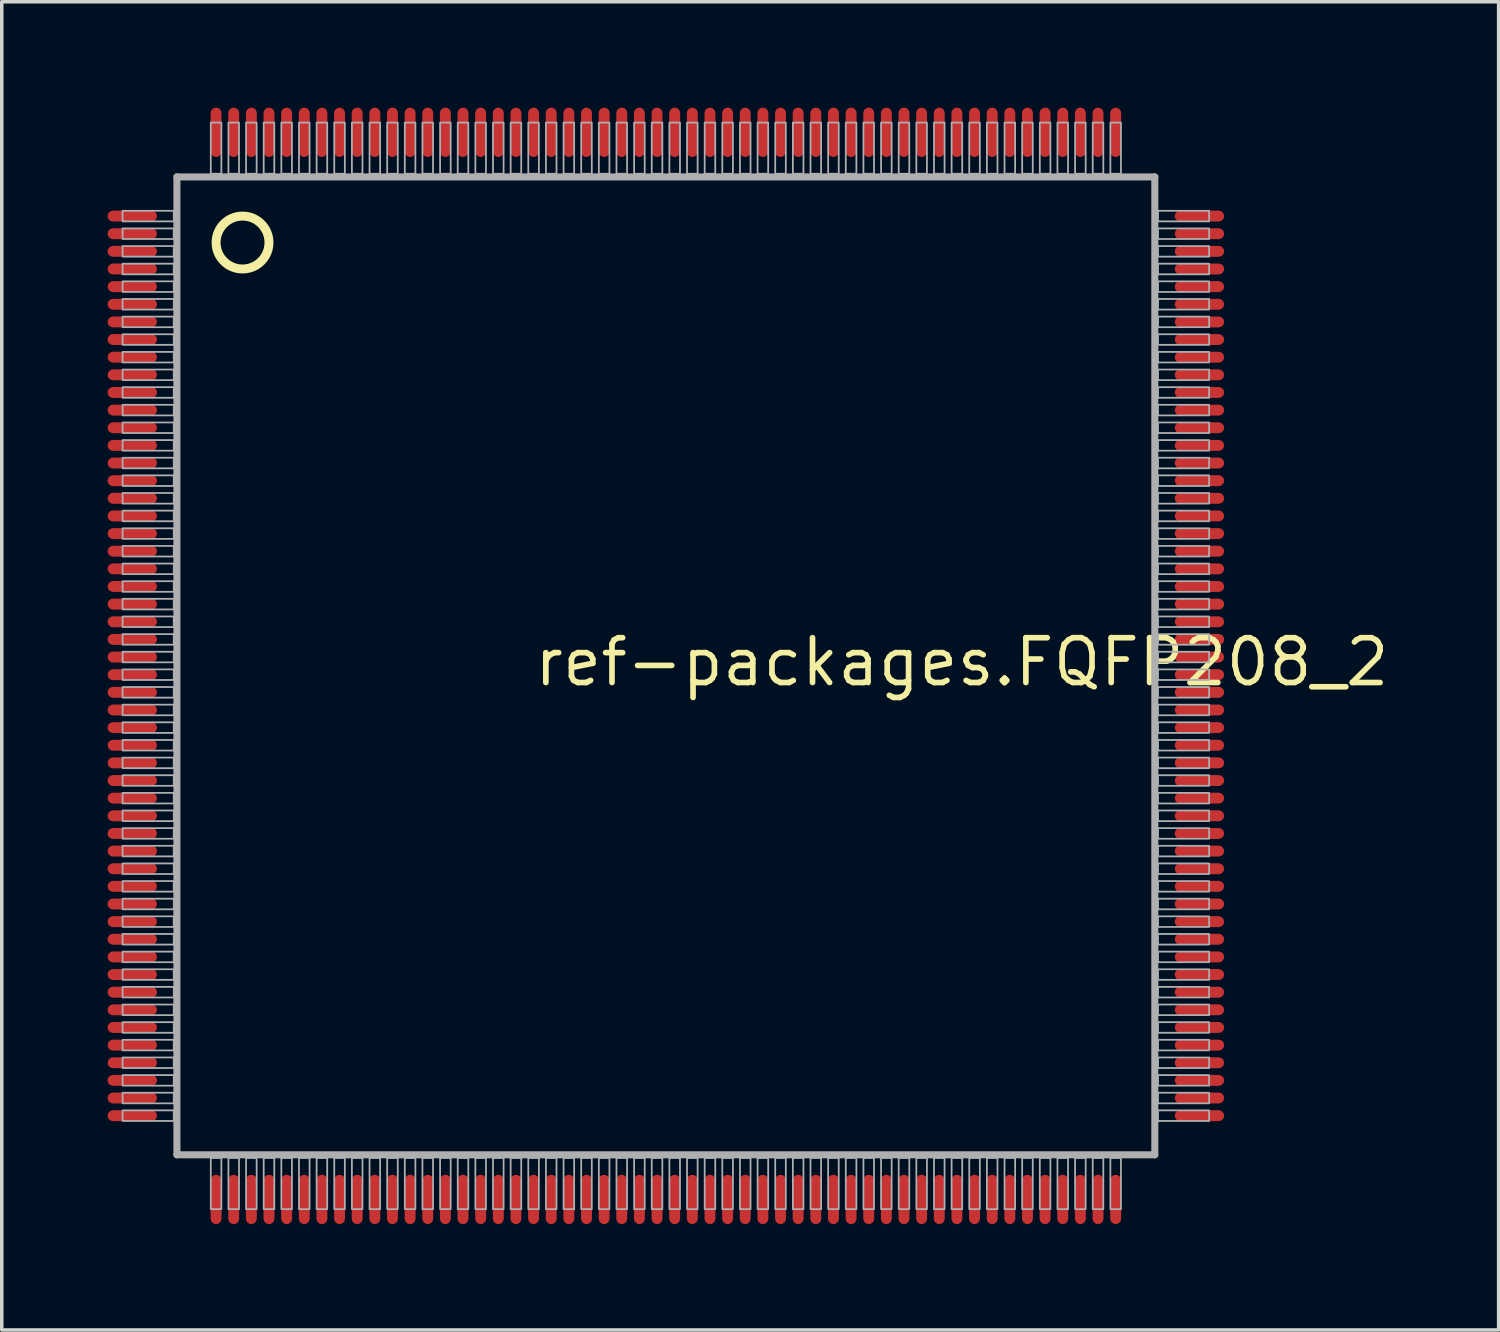
<source format=kicad_pcb>
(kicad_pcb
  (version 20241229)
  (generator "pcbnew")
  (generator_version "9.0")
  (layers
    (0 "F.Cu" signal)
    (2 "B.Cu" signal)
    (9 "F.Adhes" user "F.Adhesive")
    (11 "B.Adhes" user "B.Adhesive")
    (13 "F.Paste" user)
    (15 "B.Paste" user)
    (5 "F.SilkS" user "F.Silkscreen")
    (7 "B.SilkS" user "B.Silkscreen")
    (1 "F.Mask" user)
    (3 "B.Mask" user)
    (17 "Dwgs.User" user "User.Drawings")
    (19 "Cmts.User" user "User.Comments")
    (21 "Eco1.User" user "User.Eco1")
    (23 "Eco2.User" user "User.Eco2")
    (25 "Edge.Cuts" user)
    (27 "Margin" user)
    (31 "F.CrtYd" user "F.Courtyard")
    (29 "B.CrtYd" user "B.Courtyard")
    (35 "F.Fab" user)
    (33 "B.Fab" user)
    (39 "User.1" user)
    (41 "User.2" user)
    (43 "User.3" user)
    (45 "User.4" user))
  (footprint "ref-packages.FQFP208_2"
    (layer "F.Cu")
    (at 15.825 15.825)
    (property "Reference" "ref-packages.FQFP208_2" (at -3.81 0.635 0) (layer "F.SilkS") (effects (font (size 1.27 1.27) (thickness 0.16)) (justify left bottom)))
    (attr smd)
    (fp_circle (center -12 -12) (end -11.25 -12) (stroke (width 0.254) (type default)) (fill no) (layer "F.SilkS"))
    (fp_line (start -13.86 -13.86) (end -13.86 13.86) (stroke (width 0.2) (type default)) (layer "F.Fab"))
    (fp_line (start -13.86 13.86) (end 13.86 13.86) (stroke (width 0.2) (type default)) (layer "F.Fab"))
    (fp_line (start 13.86 -13.86) (end -13.86 -13.86) (stroke (width 0.2) (type default)) (layer "F.Fab"))
    (fp_line (start 13.86 13.86) (end 13.86 -13.86) (stroke (width 0.2) (type default)) (layer "F.Fab"))
    (fp_rect (start -15.4 -12.6) (end -13.95 -12.9) (stroke (width 0.05) (type default)) (fill no) (layer "F.Fab"))
    (fp_rect (start -15.4 -12.1) (end -13.95 -12.4) (stroke (width 0.05) (type default)) (fill no) (layer "F.Fab"))
    (fp_rect (start -15.4 -11.6) (end -13.95 -11.9) (stroke (width 0.05) (type default)) (fill no) (layer "F.Fab"))
    (fp_rect (start -15.4 -11.1) (end -13.95 -11.4) (stroke (width 0.05) (type default)) (fill no) (layer "F.Fab"))
    (fp_rect (start -15.4 -10.6) (end -13.95 -10.9) (stroke (width 0.05) (type default)) (fill no) (layer "F.Fab"))
    (fp_rect (start -15.4 -10.1) (end -13.95 -10.4) (stroke (width 0.05) (type default)) (fill no) (layer "F.Fab"))
    (fp_rect (start -15.4 -9.6) (end -13.95 -9.9) (stroke (width 0.05) (type default)) (fill no) (layer "F.Fab"))
    (fp_rect (start -15.4 -9.1) (end -13.95 -9.4) (stroke (width 0.05) (type default)) (fill no) (layer "F.Fab"))
    (fp_rect (start -15.4 -8.6) (end -13.95 -8.9) (stroke (width 0.05) (type default)) (fill no) (layer "F.Fab"))
    (fp_rect (start -15.4 -8.1) (end -13.95 -8.4) (stroke (width 0.05) (type default)) (fill no) (layer "F.Fab"))
    (fp_rect (start -15.4 -7.6) (end -13.95 -7.9) (stroke (width 0.05) (type default)) (fill no) (layer "F.Fab"))
    (fp_rect (start -15.4 -7.1) (end -13.95 -7.4) (stroke (width 0.05) (type default)) (fill no) (layer "F.Fab"))
    (fp_rect (start -15.4 -6.6) (end -13.95 -6.9) (stroke (width 0.05) (type default)) (fill no) (layer "F.Fab"))
    (fp_rect (start -15.4 -6.1) (end -13.95 -6.4) (stroke (width 0.05) (type default)) (fill no) (layer "F.Fab"))
    (fp_rect (start -15.4 -5.6) (end -13.95 -5.9) (stroke (width 0.05) (type default)) (fill no) (layer "F.Fab"))
    (fp_rect (start -15.4 -5.1) (end -13.95 -5.4) (stroke (width 0.05) (type default)) (fill no) (layer "F.Fab"))
    (fp_rect (start -15.4 -4.6) (end -13.95 -4.9) (stroke (width 0.05) (type default)) (fill no) (layer "F.Fab"))
    (fp_rect (start -15.4 -4.1) (end -13.95 -4.4) (stroke (width 0.05) (type default)) (fill no) (layer "F.Fab"))
    (fp_rect (start -15.4 -3.6) (end -13.95 -3.9) (stroke (width 0.05) (type default)) (fill no) (layer "F.Fab"))
    (fp_rect (start -15.4 -3.1) (end -13.95 -3.4) (stroke (width 0.05) (type default)) (fill no) (layer "F.Fab"))
    (fp_rect (start -15.4 -2.6) (end -13.95 -2.9) (stroke (width 0.05) (type default)) (fill no) (layer "F.Fab"))
    (fp_rect (start -15.4 -2.1) (end -13.95 -2.4) (stroke (width 0.05) (type default)) (fill no) (layer "F.Fab"))
    (fp_rect (start -15.4 -1.6) (end -13.95 -1.9) (stroke (width 0.05) (type default)) (fill no) (layer "F.Fab"))
    (fp_rect (start -15.4 -1.1) (end -13.95 -1.4) (stroke (width 0.05) (type default)) (fill no) (layer "F.Fab"))
    (fp_rect (start -15.4 -0.6) (end -13.95 -0.9) (stroke (width 0.05) (type default)) (fill no) (layer "F.Fab"))
    (fp_rect (start -15.4 -0.1) (end -13.95 -0.4) (stroke (width 0.05) (type default)) (fill no) (layer "F.Fab"))
    (fp_rect (start -15.4 0.4) (end -13.95 0.1) (stroke (width 0.05) (type default)) (fill no) (layer "F.Fab"))
    (fp_rect (start -15.4 0.9) (end -13.95 0.6) (stroke (width 0.05) (type default)) (fill no) (layer "F.Fab"))
    (fp_rect (start -15.4 1.4) (end -13.95 1.1) (stroke (width 0.05) (type default)) (fill no) (layer "F.Fab"))
    (fp_rect (start -15.4 1.9) (end -13.95 1.6) (stroke (width 0.05) (type default)) (fill no) (layer "F.Fab"))
    (fp_rect (start -15.4 2.4) (end -13.95 2.1) (stroke (width 0.05) (type default)) (fill no) (layer "F.Fab"))
    (fp_rect (start -15.4 2.9) (end -13.95 2.6) (stroke (width 0.05) (type default)) (fill no) (layer "F.Fab"))
    (fp_rect (start -15.4 3.4) (end -13.95 3.1) (stroke (width 0.05) (type default)) (fill no) (layer "F.Fab"))
    (fp_rect (start -15.4 3.9) (end -13.95 3.6) (stroke (width 0.05) (type default)) (fill no) (layer "F.Fab"))
    (fp_rect (start -15.4 4.4) (end -13.95 4.1) (stroke (width 0.05) (type default)) (fill no) (layer "F.Fab"))
    (fp_rect (start -15.4 4.9) (end -13.95 4.6) (stroke (width 0.05) (type default)) (fill no) (layer "F.Fab"))
    (fp_rect (start -15.4 5.4) (end -13.95 5.1) (stroke (width 0.05) (type default)) (fill no) (layer "F.Fab"))
    (fp_rect (start -15.4 5.9) (end -13.95 5.6) (stroke (width 0.05) (type default)) (fill no) (layer "F.Fab"))
    (fp_rect (start -15.4 6.4) (end -13.95 6.1) (stroke (width 0.05) (type default)) (fill no) (layer "F.Fab"))
    (fp_rect (start -15.4 6.9) (end -13.95 6.6) (stroke (width 0.05) (type default)) (fill no) (layer "F.Fab"))
    (fp_rect (start -15.4 7.4) (end -13.95 7.1) (stroke (width 0.05) (type default)) (fill no) (layer "F.Fab"))
    (fp_rect (start -15.4 7.9) (end -13.95 7.6) (stroke (width 0.05) (type default)) (fill no) (layer "F.Fab"))
    (fp_rect (start -15.4 8.4) (end -13.95 8.1) (stroke (width 0.05) (type default)) (fill no) (layer "F.Fab"))
    (fp_rect (start -15.4 8.9) (end -13.95 8.6) (stroke (width 0.05) (type default)) (fill no) (layer "F.Fab"))
    (fp_rect (start -15.4 9.4) (end -13.95 9.1) (stroke (width 0.05) (type default)) (fill no) (layer "F.Fab"))
    (fp_rect (start -15.4 9.9) (end -13.95 9.6) (stroke (width 0.05) (type default)) (fill no) (layer "F.Fab"))
    (fp_rect (start -15.4 10.4) (end -13.95 10.1) (stroke (width 0.05) (type default)) (fill no) (layer "F.Fab"))
    (fp_rect (start -15.4 10.9) (end -13.95 10.6) (stroke (width 0.05) (type default)) (fill no) (layer "F.Fab"))
    (fp_rect (start -15.4 11.4) (end -13.95 11.1) (stroke (width 0.05) (type default)) (fill no) (layer "F.Fab"))
    (fp_rect (start -15.4 11.9) (end -13.95 11.6) (stroke (width 0.05) (type default)) (fill no) (layer "F.Fab"))
    (fp_rect (start -15.4 12.4) (end -13.95 12.1) (stroke (width 0.05) (type default)) (fill no) (layer "F.Fab"))
    (fp_rect (start -15.4 12.9) (end -13.95 12.6) (stroke (width 0.05) (type default)) (fill no) (layer "F.Fab"))
    (fp_rect (start -12.9 -13.95) (end -12.6 -15.4) (stroke (width 0.05) (type default)) (fill no) (layer "F.Fab"))
    (fp_rect (start -12.9 15.4) (end -12.6 13.95) (stroke (width 0.05) (type default)) (fill no) (layer "F.Fab"))
    (fp_rect (start -12.4 -13.95) (end -12.1 -15.4) (stroke (width 0.05) (type default)) (fill no) (layer "F.Fab"))
    (fp_rect (start -12.4 15.4) (end -12.1 13.95) (stroke (width 0.05) (type default)) (fill no) (layer "F.Fab"))
    (fp_rect (start -11.9 -13.95) (end -11.6 -15.4) (stroke (width 0.05) (type default)) (fill no) (layer "F.Fab"))
    (fp_rect (start -11.9 15.4) (end -11.6 13.95) (stroke (width 0.05) (type default)) (fill no) (layer "F.Fab"))
    (fp_rect (start -11.4 -13.95) (end -11.1 -15.4) (stroke (width 0.05) (type default)) (fill no) (layer "F.Fab"))
    (fp_rect (start -11.4 15.4) (end -11.1 13.95) (stroke (width 0.05) (type default)) (fill no) (layer "F.Fab"))
    (fp_rect (start -10.9 -13.95) (end -10.6 -15.4) (stroke (width 0.05) (type default)) (fill no) (layer "F.Fab"))
    (fp_rect (start -10.9 15.4) (end -10.6 13.95) (stroke (width 0.05) (type default)) (fill no) (layer "F.Fab"))
    (fp_rect (start -10.4 -13.95) (end -10.1 -15.4) (stroke (width 0.05) (type default)) (fill no) (layer "F.Fab"))
    (fp_rect (start -10.4 15.4) (end -10.1 13.95) (stroke (width 0.05) (type default)) (fill no) (layer "F.Fab"))
    (fp_rect (start -9.9 -13.95) (end -9.6 -15.4) (stroke (width 0.05) (type default)) (fill no) (layer "F.Fab"))
    (fp_rect (start -9.9 15.4) (end -9.6 13.95) (stroke (width 0.05) (type default)) (fill no) (layer "F.Fab"))
    (fp_rect (start -9.4 -13.95) (end -9.1 -15.4) (stroke (width 0.05) (type default)) (fill no) (layer "F.Fab"))
    (fp_rect (start -9.4 15.4) (end -9.1 13.95) (stroke (width 0.05) (type default)) (fill no) (layer "F.Fab"))
    (fp_rect (start -8.9 -13.95) (end -8.6 -15.4) (stroke (width 0.05) (type default)) (fill no) (layer "F.Fab"))
    (fp_rect (start -8.9 15.4) (end -8.6 13.95) (stroke (width 0.05) (type default)) (fill no) (layer "F.Fab"))
    (fp_rect (start -8.4 -13.95) (end -8.1 -15.4) (stroke (width 0.05) (type default)) (fill no) (layer "F.Fab"))
    (fp_rect (start -8.4 15.4) (end -8.1 13.95) (stroke (width 0.05) (type default)) (fill no) (layer "F.Fab"))
    (fp_rect (start -7.9 -13.95) (end -7.6 -15.4) (stroke (width 0.05) (type default)) (fill no) (layer "F.Fab"))
    (fp_rect (start -7.9 15.4) (end -7.6 13.95) (stroke (width 0.05) (type default)) (fill no) (layer "F.Fab"))
    (fp_rect (start -7.4 -13.95) (end -7.1 -15.4) (stroke (width 0.05) (type default)) (fill no) (layer "F.Fab"))
    (fp_rect (start -7.4 15.4) (end -7.1 13.95) (stroke (width 0.05) (type default)) (fill no) (layer "F.Fab"))
    (fp_rect (start -6.9 -13.95) (end -6.6 -15.4) (stroke (width 0.05) (type default)) (fill no) (layer "F.Fab"))
    (fp_rect (start -6.9 15.4) (end -6.6 13.95) (stroke (width 0.05) (type default)) (fill no) (layer "F.Fab"))
    (fp_rect (start -6.4 -13.95) (end -6.1 -15.4) (stroke (width 0.05) (type default)) (fill no) (layer "F.Fab"))
    (fp_rect (start -6.4 15.4) (end -6.1 13.95) (stroke (width 0.05) (type default)) (fill no) (layer "F.Fab"))
    (fp_rect (start -5.9 -13.95) (end -5.6 -15.4) (stroke (width 0.05) (type default)) (fill no) (layer "F.Fab"))
    (fp_rect (start -5.9 15.4) (end -5.6 13.95) (stroke (width 0.05) (type default)) (fill no) (layer "F.Fab"))
    (fp_rect (start -5.4 -13.95) (end -5.1 -15.4) (stroke (width 0.05) (type default)) (fill no) (layer "F.Fab"))
    (fp_rect (start -5.4 15.4) (end -5.1 13.95) (stroke (width 0.05) (type default)) (fill no) (layer "F.Fab"))
    (fp_rect (start -4.9 -13.95) (end -4.6 -15.4) (stroke (width 0.05) (type default)) (fill no) (layer "F.Fab"))
    (fp_rect (start -4.9 15.4) (end -4.6 13.95) (stroke (width 0.05) (type default)) (fill no) (layer "F.Fab"))
    (fp_rect (start -4.4 -13.95) (end -4.1 -15.4) (stroke (width 0.05) (type default)) (fill no) (layer "F.Fab"))
    (fp_rect (start -4.4 15.4) (end -4.1 13.95) (stroke (width 0.05) (type default)) (fill no) (layer "F.Fab"))
    (fp_rect (start -3.9 -13.95) (end -3.6 -15.4) (stroke (width 0.05) (type default)) (fill no) (layer "F.Fab"))
    (fp_rect (start -3.9 15.4) (end -3.6 13.95) (stroke (width 0.05) (type default)) (fill no) (layer "F.Fab"))
    (fp_rect (start -3.4 -13.95) (end -3.1 -15.4) (stroke (width 0.05) (type default)) (fill no) (layer "F.Fab"))
    (fp_rect (start -3.4 15.4) (end -3.1 13.95) (stroke (width 0.05) (type default)) (fill no) (layer "F.Fab"))
    (fp_rect (start -2.9 -13.95) (end -2.6 -15.4) (stroke (width 0.05) (type default)) (fill no) (layer "F.Fab"))
    (fp_rect (start -2.9 15.4) (end -2.6 13.95) (stroke (width 0.05) (type default)) (fill no) (layer "F.Fab"))
    (fp_rect (start -2.4 -13.95) (end -2.1 -15.4) (stroke (width 0.05) (type default)) (fill no) (layer "F.Fab"))
    (fp_rect (start -2.4 15.4) (end -2.1 13.95) (stroke (width 0.05) (type default)) (fill no) (layer "F.Fab"))
    (fp_rect (start -1.9 -13.95) (end -1.6 -15.4) (stroke (width 0.05) (type default)) (fill no) (layer "F.Fab"))
    (fp_rect (start -1.9 15.4) (end -1.6 13.95) (stroke (width 0.05) (type default)) (fill no) (layer "F.Fab"))
    (fp_rect (start -1.4 -13.95) (end -1.1 -15.4) (stroke (width 0.05) (type default)) (fill no) (layer "F.Fab"))
    (fp_rect (start -1.4 15.4) (end -1.1 13.95) (stroke (width 0.05) (type default)) (fill no) (layer "F.Fab"))
    (fp_rect (start -0.9 -13.95) (end -0.6 -15.4) (stroke (width 0.05) (type default)) (fill no) (layer "F.Fab"))
    (fp_rect (start -0.9 15.4) (end -0.6 13.95) (stroke (width 0.05) (type default)) (fill no) (layer "F.Fab"))
    (fp_rect (start -0.4 -13.95) (end -0.1 -15.4) (stroke (width 0.05) (type default)) (fill no) (layer "F.Fab"))
    (fp_rect (start -0.4 15.4) (end -0.1 13.95) (stroke (width 0.05) (type default)) (fill no) (layer "F.Fab"))
    (fp_rect (start 0.1 -13.95) (end 0.4 -15.4) (stroke (width 0.05) (type default)) (fill no) (layer "F.Fab"))
    (fp_rect (start 0.1 15.4) (end 0.4 13.95) (stroke (width 0.05) (type default)) (fill no) (layer "F.Fab"))
    (fp_rect (start 0.6 -13.95) (end 0.9 -15.4) (stroke (width 0.05) (type default)) (fill no) (layer "F.Fab"))
    (fp_rect (start 0.6 15.4) (end 0.9 13.95) (stroke (width 0.05) (type default)) (fill no) (layer "F.Fab"))
    (fp_rect (start 1.1 -13.95) (end 1.4 -15.4) (stroke (width 0.05) (type default)) (fill no) (layer "F.Fab"))
    (fp_rect (start 1.1 15.4) (end 1.4 13.95) (stroke (width 0.05) (type default)) (fill no) (layer "F.Fab"))
    (fp_rect (start 1.6 -13.95) (end 1.9 -15.4) (stroke (width 0.05) (type default)) (fill no) (layer "F.Fab"))
    (fp_rect (start 1.6 15.4) (end 1.9 13.95) (stroke (width 0.05) (type default)) (fill no) (layer "F.Fab"))
    (fp_rect (start 2.1 -13.95) (end 2.4 -15.4) (stroke (width 0.05) (type default)) (fill no) (layer "F.Fab"))
    (fp_rect (start 2.1 15.4) (end 2.4 13.95) (stroke (width 0.05) (type default)) (fill no) (layer "F.Fab"))
    (fp_rect (start 2.6 -13.95) (end 2.9 -15.4) (stroke (width 0.05) (type default)) (fill no) (layer "F.Fab"))
    (fp_rect (start 2.6 15.4) (end 2.9 13.95) (stroke (width 0.05) (type default)) (fill no) (layer "F.Fab"))
    (fp_rect (start 3.1 -13.95) (end 3.4 -15.4) (stroke (width 0.05) (type default)) (fill no) (layer "F.Fab"))
    (fp_rect (start 3.1 15.4) (end 3.4 13.95) (stroke (width 0.05) (type default)) (fill no) (layer "F.Fab"))
    (fp_rect (start 3.6 -13.95) (end 3.9 -15.4) (stroke (width 0.05) (type default)) (fill no) (layer "F.Fab"))
    (fp_rect (start 3.6 15.4) (end 3.9 13.95) (stroke (width 0.05) (type default)) (fill no) (layer "F.Fab"))
    (fp_rect (start 4.1 -13.95) (end 4.4 -15.4) (stroke (width 0.05) (type default)) (fill no) (layer "F.Fab"))
    (fp_rect (start 4.1 15.4) (end 4.4 13.95) (stroke (width 0.05) (type default)) (fill no) (layer "F.Fab"))
    (fp_rect (start 4.6 -13.95) (end 4.9 -15.4) (stroke (width 0.05) (type default)) (fill no) (layer "F.Fab"))
    (fp_rect (start 4.6 15.4) (end 4.9 13.95) (stroke (width 0.05) (type default)) (fill no) (layer "F.Fab"))
    (fp_rect (start 5.1 -13.95) (end 5.4 -15.4) (stroke (width 0.05) (type default)) (fill no) (layer "F.Fab"))
    (fp_rect (start 5.1 15.4) (end 5.4 13.95) (stroke (width 0.05) (type default)) (fill no) (layer "F.Fab"))
    (fp_rect (start 5.6 -13.95) (end 5.9 -15.4) (stroke (width 0.05) (type default)) (fill no) (layer "F.Fab"))
    (fp_rect (start 5.6 15.4) (end 5.9 13.95) (stroke (width 0.05) (type default)) (fill no) (layer "F.Fab"))
    (fp_rect (start 6.1 -13.95) (end 6.4 -15.4) (stroke (width 0.05) (type default)) (fill no) (layer "F.Fab"))
    (fp_rect (start 6.1 15.4) (end 6.4 13.95) (stroke (width 0.05) (type default)) (fill no) (layer "F.Fab"))
    (fp_rect (start 6.6 -13.95) (end 6.9 -15.4) (stroke (width 0.05) (type default)) (fill no) (layer "F.Fab"))
    (fp_rect (start 6.6 15.4) (end 6.9 13.95) (stroke (width 0.05) (type default)) (fill no) (layer "F.Fab"))
    (fp_rect (start 7.1 -13.95) (end 7.4 -15.4) (stroke (width 0.05) (type default)) (fill no) (layer "F.Fab"))
    (fp_rect (start 7.1 15.4) (end 7.4 13.95) (stroke (width 0.05) (type default)) (fill no) (layer "F.Fab"))
    (fp_rect (start 7.6 -13.95) (end 7.9 -15.4) (stroke (width 0.05) (type default)) (fill no) (layer "F.Fab"))
    (fp_rect (start 7.6 15.4) (end 7.9 13.95) (stroke (width 0.05) (type default)) (fill no) (layer "F.Fab"))
    (fp_rect (start 8.1 -13.95) (end 8.4 -15.4) (stroke (width 0.05) (type default)) (fill no) (layer "F.Fab"))
    (fp_rect (start 8.1 15.4) (end 8.4 13.95) (stroke (width 0.05) (type default)) (fill no) (layer "F.Fab"))
    (fp_rect (start 8.6 -13.95) (end 8.9 -15.4) (stroke (width 0.05) (type default)) (fill no) (layer "F.Fab"))
    (fp_rect (start 8.6 15.4) (end 8.9 13.95) (stroke (width 0.05) (type default)) (fill no) (layer "F.Fab"))
    (fp_rect (start 9.1 -13.95) (end 9.4 -15.4) (stroke (width 0.05) (type default)) (fill no) (layer "F.Fab"))
    (fp_rect (start 9.1 15.4) (end 9.4 13.95) (stroke (width 0.05) (type default)) (fill no) (layer "F.Fab"))
    (fp_rect (start 9.6 -13.95) (end 9.9 -15.4) (stroke (width 0.05) (type default)) (fill no) (layer "F.Fab"))
    (fp_rect (start 9.6 15.4) (end 9.9 13.95) (stroke (width 0.05) (type default)) (fill no) (layer "F.Fab"))
    (fp_rect (start 10.1 -13.95) (end 10.4 -15.4) (stroke (width 0.05) (type default)) (fill no) (layer "F.Fab"))
    (fp_rect (start 10.1 15.4) (end 10.4 13.95) (stroke (width 0.05) (type default)) (fill no) (layer "F.Fab"))
    (fp_rect (start 10.6 -13.95) (end 10.9 -15.4) (stroke (width 0.05) (type default)) (fill no) (layer "F.Fab"))
    (fp_rect (start 10.6 15.4) (end 10.9 13.95) (stroke (width 0.05) (type default)) (fill no) (layer "F.Fab"))
    (fp_rect (start 11.1 -13.95) (end 11.4 -15.4) (stroke (width 0.05) (type default)) (fill no) (layer "F.Fab"))
    (fp_rect (start 11.1 15.4) (end 11.4 13.95) (stroke (width 0.05) (type default)) (fill no) (layer "F.Fab"))
    (fp_rect (start 11.6 -13.95) (end 11.9 -15.4) (stroke (width 0.05) (type default)) (fill no) (layer "F.Fab"))
    (fp_rect (start 11.6 15.4) (end 11.9 13.95) (stroke (width 0.05) (type default)) (fill no) (layer "F.Fab"))
    (fp_rect (start 12.1 -13.95) (end 12.4 -15.4) (stroke (width 0.05) (type default)) (fill no) (layer "F.Fab"))
    (fp_rect (start 12.1 15.4) (end 12.4 13.95) (stroke (width 0.05) (type default)) (fill no) (layer "F.Fab"))
    (fp_rect (start 12.6 -13.95) (end 12.9 -15.4) (stroke (width 0.05) (type default)) (fill no) (layer "F.Fab"))
    (fp_rect (start 12.6 15.4) (end 12.9 13.95) (stroke (width 0.05) (type default)) (fill no) (layer "F.Fab"))
    (fp_rect (start 13.95 -12.6) (end 15.4 -12.9) (stroke (width 0.05) (type default)) (fill no) (layer "F.Fab"))
    (fp_rect (start 13.95 -12.1) (end 15.4 -12.4) (stroke (width 0.05) (type default)) (fill no) (layer "F.Fab"))
    (fp_rect (start 13.95 -11.6) (end 15.4 -11.9) (stroke (width 0.05) (type default)) (fill no) (layer "F.Fab"))
    (fp_rect (start 13.95 -11.1) (end 15.4 -11.4) (stroke (width 0.05) (type default)) (fill no) (layer "F.Fab"))
    (fp_rect (start 13.95 -10.6) (end 15.4 -10.9) (stroke (width 0.05) (type default)) (fill no) (layer "F.Fab"))
    (fp_rect (start 13.95 -10.1) (end 15.4 -10.4) (stroke (width 0.05) (type default)) (fill no) (layer "F.Fab"))
    (fp_rect (start 13.95 -9.6) (end 15.4 -9.9) (stroke (width 0.05) (type default)) (fill no) (layer "F.Fab"))
    (fp_rect (start 13.95 -9.1) (end 15.4 -9.4) (stroke (width 0.05) (type default)) (fill no) (layer "F.Fab"))
    (fp_rect (start 13.95 -8.6) (end 15.4 -8.9) (stroke (width 0.05) (type default)) (fill no) (layer "F.Fab"))
    (fp_rect (start 13.95 -8.1) (end 15.4 -8.4) (stroke (width 0.05) (type default)) (fill no) (layer "F.Fab"))
    (fp_rect (start 13.95 -7.6) (end 15.4 -7.9) (stroke (width 0.05) (type default)) (fill no) (layer "F.Fab"))
    (fp_rect (start 13.95 -7.1) (end 15.4 -7.4) (stroke (width 0.05) (type default)) (fill no) (layer "F.Fab"))
    (fp_rect (start 13.95 -6.6) (end 15.4 -6.9) (stroke (width 0.05) (type default)) (fill no) (layer "F.Fab"))
    (fp_rect (start 13.95 -6.1) (end 15.4 -6.4) (stroke (width 0.05) (type default)) (fill no) (layer "F.Fab"))
    (fp_rect (start 13.95 -5.6) (end 15.4 -5.9) (stroke (width 0.05) (type default)) (fill no) (layer "F.Fab"))
    (fp_rect (start 13.95 -5.1) (end 15.4 -5.4) (stroke (width 0.05) (type default)) (fill no) (layer "F.Fab"))
    (fp_rect (start 13.95 -4.6) (end 15.4 -4.9) (stroke (width 0.05) (type default)) (fill no) (layer "F.Fab"))
    (fp_rect (start 13.95 -4.1) (end 15.4 -4.4) (stroke (width 0.05) (type default)) (fill no) (layer "F.Fab"))
    (fp_rect (start 13.95 -3.6) (end 15.4 -3.9) (stroke (width 0.05) (type default)) (fill no) (layer "F.Fab"))
    (fp_rect (start 13.95 -3.1) (end 15.4 -3.4) (stroke (width 0.05) (type default)) (fill no) (layer "F.Fab"))
    (fp_rect (start 13.95 -2.6) (end 15.4 -2.9) (stroke (width 0.05) (type default)) (fill no) (layer "F.Fab"))
    (fp_rect (start 13.95 -2.1) (end 15.4 -2.4) (stroke (width 0.05) (type default)) (fill no) (layer "F.Fab"))
    (fp_rect (start 13.95 -1.6) (end 15.4 -1.9) (stroke (width 0.05) (type default)) (fill no) (layer "F.Fab"))
    (fp_rect (start 13.95 -1.1) (end 15.4 -1.4) (stroke (width 0.05) (type default)) (fill no) (layer "F.Fab"))
    (fp_rect (start 13.95 -0.6) (end 15.4 -0.9) (stroke (width 0.05) (type default)) (fill no) (layer "F.Fab"))
    (fp_rect (start 13.95 -0.1) (end 15.4 -0.4) (stroke (width 0.05) (type default)) (fill no) (layer "F.Fab"))
    (fp_rect (start 13.95 0.4) (end 15.4 0.1) (stroke (width 0.05) (type default)) (fill no) (layer "F.Fab"))
    (fp_rect (start 13.95 0.9) (end 15.4 0.6) (stroke (width 0.05) (type default)) (fill no) (layer "F.Fab"))
    (fp_rect (start 13.95 1.4) (end 15.4 1.1) (stroke (width 0.05) (type default)) (fill no) (layer "F.Fab"))
    (fp_rect (start 13.95 1.9) (end 15.4 1.6) (stroke (width 0.05) (type default)) (fill no) (layer "F.Fab"))
    (fp_rect (start 13.95 2.4) (end 15.4 2.1) (stroke (width 0.05) (type default)) (fill no) (layer "F.Fab"))
    (fp_rect (start 13.95 2.9) (end 15.4 2.6) (stroke (width 0.05) (type default)) (fill no) (layer "F.Fab"))
    (fp_rect (start 13.95 3.4) (end 15.4 3.1) (stroke (width 0.05) (type default)) (fill no) (layer "F.Fab"))
    (fp_rect (start 13.95 3.9) (end 15.4 3.6) (stroke (width 0.05) (type default)) (fill no) (layer "F.Fab"))
    (fp_rect (start 13.95 4.4) (end 15.4 4.1) (stroke (width 0.05) (type default)) (fill no) (layer "F.Fab"))
    (fp_rect (start 13.95 4.9) (end 15.4 4.6) (stroke (width 0.05) (type default)) (fill no) (layer "F.Fab"))
    (fp_rect (start 13.95 5.4) (end 15.4 5.1) (stroke (width 0.05) (type default)) (fill no) (layer "F.Fab"))
    (fp_rect (start 13.95 5.9) (end 15.4 5.6) (stroke (width 0.05) (type default)) (fill no) (layer "F.Fab"))
    (fp_rect (start 13.95 6.4) (end 15.4 6.1) (stroke (width 0.05) (type default)) (fill no) (layer "F.Fab"))
    (fp_rect (start 13.95 6.9) (end 15.4 6.6) (stroke (width 0.05) (type default)) (fill no) (layer "F.Fab"))
    (fp_rect (start 13.95 7.4) (end 15.4 7.1) (stroke (width 0.05) (type default)) (fill no) (layer "F.Fab"))
    (fp_rect (start 13.95 7.9) (end 15.4 7.6) (stroke (width 0.05) (type default)) (fill no) (layer "F.Fab"))
    (fp_rect (start 13.95 8.4) (end 15.4 8.1) (stroke (width 0.05) (type default)) (fill no) (layer "F.Fab"))
    (fp_rect (start 13.95 8.9) (end 15.4 8.6) (stroke (width 0.05) (type default)) (fill no) (layer "F.Fab"))
    (fp_rect (start 13.95 9.4) (end 15.4 9.1) (stroke (width 0.05) (type default)) (fill no) (layer "F.Fab"))
    (fp_rect (start 13.95 9.9) (end 15.4 9.6) (stroke (width 0.05) (type default)) (fill no) (layer "F.Fab"))
    (fp_rect (start 13.95 10.4) (end 15.4 10.1) (stroke (width 0.05) (type default)) (fill no) (layer "F.Fab"))
    (fp_rect (start 13.95 10.9) (end 15.4 10.6) (stroke (width 0.05) (type default)) (fill no) (layer "F.Fab"))
    (fp_rect (start 13.95 11.4) (end 15.4 11.1) (stroke (width 0.05) (type default)) (fill no) (layer "F.Fab"))
    (fp_rect (start 13.95 11.9) (end 15.4 11.6) (stroke (width 0.05) (type default)) (fill no) (layer "F.Fab"))
    (fp_rect (start 13.95 12.4) (end 15.4 12.1) (stroke (width 0.05) (type default)) (fill no) (layer "F.Fab"))
    (fp_rect (start 13.95 12.9) (end 15.4 12.6) (stroke (width 0.05) (type default)) (fill no) (layer "F.Fab"))
    (pad "1" smd roundrect (at -15.125 -12.75) (size 1.4 0.31) (layers "F.Cu" "F.Mask" "F.Paste") (roundrect_rratio 0.5))
    (pad "2" smd roundrect (at -15.125 -12.25) (size 1.4 0.31) (layers "F.Cu" "F.Mask" "F.Paste") (roundrect_rratio 0.5))
    (pad "3" smd roundrect (at -15.125 -11.75) (size 1.4 0.31) (layers "F.Cu" "F.Mask" "F.Paste") (roundrect_rratio 0.5))
    (pad "4" smd roundrect (at -15.125 -11.25) (size 1.4 0.31) (layers "F.Cu" "F.Mask" "F.Paste") (roundrect_rratio 0.5))
    (pad "5" smd roundrect (at -15.125 -10.75) (size 1.4 0.31) (layers "F.Cu" "F.Mask" "F.Paste") (roundrect_rratio 0.5))
    (pad "6" smd roundrect (at -15.125 -10.25) (size 1.4 0.31) (layers "F.Cu" "F.Mask" "F.Paste") (roundrect_rratio 0.5))
    (pad "7" smd roundrect (at -15.125 -9.75) (size 1.4 0.31) (layers "F.Cu" "F.Mask" "F.Paste") (roundrect_rratio 0.5))
    (pad "8" smd roundrect (at -15.125 -9.25) (size 1.4 0.31) (layers "F.Cu" "F.Mask" "F.Paste") (roundrect_rratio 0.5))
    (pad "9" smd roundrect (at -15.125 -8.75) (size 1.4 0.31) (layers "F.Cu" "F.Mask" "F.Paste") (roundrect_rratio 0.5))
    (pad "10" smd roundrect (at -15.125 -8.25) (size 1.4 0.31) (layers "F.Cu" "F.Mask" "F.Paste") (roundrect_rratio 0.5))
    (pad "11" smd roundrect (at -15.125 -7.75) (size 1.4 0.31) (layers "F.Cu" "F.Mask" "F.Paste") (roundrect_rratio 0.5))
    (pad "12" smd roundrect (at -15.125 -7.25) (size 1.4 0.31) (layers "F.Cu" "F.Mask" "F.Paste") (roundrect_rratio 0.5))
    (pad "13" smd roundrect (at -15.125 -6.75) (size 1.4 0.31) (layers "F.Cu" "F.Mask" "F.Paste") (roundrect_rratio 0.5))
    (pad "14" smd roundrect (at -15.125 -6.25) (size 1.4 0.31) (layers "F.Cu" "F.Mask" "F.Paste") (roundrect_rratio 0.5))
    (pad "15" smd roundrect (at -15.125 -5.75) (size 1.4 0.31) (layers "F.Cu" "F.Mask" "F.Paste") (roundrect_rratio 0.5))
    (pad "16" smd roundrect (at -15.125 -5.25) (size 1.4 0.31) (layers "F.Cu" "F.Mask" "F.Paste") (roundrect_rratio 0.5))
    (pad "17" smd roundrect (at -15.125 -4.75) (size 1.4 0.31) (layers "F.Cu" "F.Mask" "F.Paste") (roundrect_rratio 0.5))
    (pad "18" smd roundrect (at -15.125 -4.25) (size 1.4 0.31) (layers "F.Cu" "F.Mask" "F.Paste") (roundrect_rratio 0.5))
    (pad "19" smd roundrect (at -15.125 -3.75) (size 1.4 0.31) (layers "F.Cu" "F.Mask" "F.Paste") (roundrect_rratio 0.5))
    (pad "20" smd roundrect (at -15.125 -3.25) (size 1.4 0.31) (layers "F.Cu" "F.Mask" "F.Paste") (roundrect_rratio 0.5))
    (pad "21" smd roundrect (at -15.125 -2.75) (size 1.4 0.31) (layers "F.Cu" "F.Mask" "F.Paste") (roundrect_rratio 0.5))
    (pad "22" smd roundrect (at -15.125 -2.25) (size 1.4 0.31) (layers "F.Cu" "F.Mask" "F.Paste") (roundrect_rratio 0.5))
    (pad "23" smd roundrect (at -15.125 -1.75) (size 1.4 0.31) (layers "F.Cu" "F.Mask" "F.Paste") (roundrect_rratio 0.5))
    (pad "24" smd roundrect (at -15.125 -1.25) (size 1.4 0.31) (layers "F.Cu" "F.Mask" "F.Paste") (roundrect_rratio 0.5))
    (pad "25" smd roundrect (at -15.125 -0.75) (size 1.4 0.31) (layers "F.Cu" "F.Mask" "F.Paste") (roundrect_rratio 0.5))
    (pad "26" smd roundrect (at -15.125 -0.25) (size 1.4 0.31) (layers "F.Cu" "F.Mask" "F.Paste") (roundrect_rratio 0.5))
    (pad "27" smd roundrect (at -15.125 0.25) (size 1.4 0.31) (layers "F.Cu" "F.Mask" "F.Paste") (roundrect_rratio 0.5))
    (pad "28" smd roundrect (at -15.125 0.75) (size 1.4 0.31) (layers "F.Cu" "F.Mask" "F.Paste") (roundrect_rratio 0.5))
    (pad "29" smd roundrect (at -15.125 1.25) (size 1.4 0.31) (layers "F.Cu" "F.Mask" "F.Paste") (roundrect_rratio 0.5))
    (pad "30" smd roundrect (at -15.125 1.75) (size 1.4 0.31) (layers "F.Cu" "F.Mask" "F.Paste") (roundrect_rratio 0.5))
    (pad "31" smd roundrect (at -15.125 2.25) (size 1.4 0.31) (layers "F.Cu" "F.Mask" "F.Paste") (roundrect_rratio 0.5))
    (pad "32" smd roundrect (at -15.125 2.75) (size 1.4 0.31) (layers "F.Cu" "F.Mask" "F.Paste") (roundrect_rratio 0.5))
    (pad "33" smd roundrect (at -15.125 3.25) (size 1.4 0.31) (layers "F.Cu" "F.Mask" "F.Paste") (roundrect_rratio 0.5))
    (pad "34" smd roundrect (at -15.125 3.75) (size 1.4 0.31) (layers "F.Cu" "F.Mask" "F.Paste") (roundrect_rratio 0.5))
    (pad "35" smd roundrect (at -15.125 4.25) (size 1.4 0.31) (layers "F.Cu" "F.Mask" "F.Paste") (roundrect_rratio 0.5))
    (pad "36" smd roundrect (at -15.125 4.75) (size 1.4 0.31) (layers "F.Cu" "F.Mask" "F.Paste") (roundrect_rratio 0.5))
    (pad "37" smd roundrect (at -15.125 5.25) (size 1.4 0.31) (layers "F.Cu" "F.Mask" "F.Paste") (roundrect_rratio 0.5))
    (pad "38" smd roundrect (at -15.125 5.75) (size 1.4 0.31) (layers "F.Cu" "F.Mask" "F.Paste") (roundrect_rratio 0.5))
    (pad "39" smd roundrect (at -15.125 6.25) (size 1.4 0.31) (layers "F.Cu" "F.Mask" "F.Paste") (roundrect_rratio 0.5))
    (pad "40" smd roundrect (at -15.125 6.75) (size 1.4 0.31) (layers "F.Cu" "F.Mask" "F.Paste") (roundrect_rratio 0.5))
    (pad "41" smd roundrect (at -15.125 7.25) (size 1.4 0.31) (layers "F.Cu" "F.Mask" "F.Paste") (roundrect_rratio 0.5))
    (pad "42" smd roundrect (at -15.125 7.75) (size 1.4 0.31) (layers "F.Cu" "F.Mask" "F.Paste") (roundrect_rratio 0.5))
    (pad "43" smd roundrect (at -15.125 8.25) (size 1.4 0.31) (layers "F.Cu" "F.Mask" "F.Paste") (roundrect_rratio 0.5))
    (pad "44" smd roundrect (at -15.125 8.75) (size 1.4 0.31) (layers "F.Cu" "F.Mask" "F.Paste") (roundrect_rratio 0.5))
    (pad "45" smd roundrect (at -15.125 9.25) (size 1.4 0.31) (layers "F.Cu" "F.Mask" "F.Paste") (roundrect_rratio 0.5))
    (pad "46" smd roundrect (at -15.125 9.75) (size 1.4 0.31) (layers "F.Cu" "F.Mask" "F.Paste") (roundrect_rratio 0.5))
    (pad "47" smd roundrect (at -15.125 10.25) (size 1.4 0.31) (layers "F.Cu" "F.Mask" "F.Paste") (roundrect_rratio 0.5))
    (pad "48" smd roundrect (at -15.125 10.75) (size 1.4 0.31) (layers "F.Cu" "F.Mask" "F.Paste") (roundrect_rratio 0.5))
    (pad "49" smd roundrect (at -15.125 11.25) (size 1.4 0.31) (layers "F.Cu" "F.Mask" "F.Paste") (roundrect_rratio 0.5))
    (pad "50" smd roundrect (at -15.125 11.75) (size 1.4 0.31) (layers "F.Cu" "F.Mask" "F.Paste") (roundrect_rratio 0.5))
    (pad "51" smd roundrect (at -15.125 12.25) (size 1.4 0.31) (layers "F.Cu" "F.Mask" "F.Paste") (roundrect_rratio 0.5))
    (pad "52" smd roundrect (at -15.125 12.75) (size 1.4 0.31) (layers "F.Cu" "F.Mask" "F.Paste") (roundrect_rratio 0.5))
    (pad "53" smd roundrect (at -12.75 15.125) (size 0.31 1.4) (layers "F.Cu" "F.Mask" "F.Paste") (roundrect_rratio 0.5))
    (pad "54" smd roundrect (at -12.25 15.125) (size 0.31 1.4) (layers "F.Cu" "F.Mask" "F.Paste") (roundrect_rratio 0.5))
    (pad "55" smd roundrect (at -11.75 15.125) (size 0.31 1.4) (layers "F.Cu" "F.Mask" "F.Paste") (roundrect_rratio 0.5))
    (pad "56" smd roundrect (at -11.25 15.125) (size 0.31 1.4) (layers "F.Cu" "F.Mask" "F.Paste") (roundrect_rratio 0.5))
    (pad "57" smd roundrect (at -10.75 15.125) (size 0.31 1.4) (layers "F.Cu" "F.Mask" "F.Paste") (roundrect_rratio 0.5))
    (pad "58" smd roundrect (at -10.25 15.125) (size 0.31 1.4) (layers "F.Cu" "F.Mask" "F.Paste") (roundrect_rratio 0.5))
    (pad "59" smd roundrect (at -9.75 15.125) (size 0.31 1.4) (layers "F.Cu" "F.Mask" "F.Paste") (roundrect_rratio 0.5))
    (pad "60" smd roundrect (at -9.25 15.125) (size 0.31 1.4) (layers "F.Cu" "F.Mask" "F.Paste") (roundrect_rratio 0.5))
    (pad "61" smd roundrect (at -8.75 15.125) (size 0.31 1.4) (layers "F.Cu" "F.Mask" "F.Paste") (roundrect_rratio 0.5))
    (pad "62" smd roundrect (at -8.25 15.125) (size 0.31 1.4) (layers "F.Cu" "F.Mask" "F.Paste") (roundrect_rratio 0.5))
    (pad "63" smd roundrect (at -7.75 15.125) (size 0.31 1.4) (layers "F.Cu" "F.Mask" "F.Paste") (roundrect_rratio 0.5))
    (pad "64" smd roundrect (at -7.25 15.125) (size 0.31 1.4) (layers "F.Cu" "F.Mask" "F.Paste") (roundrect_rratio 0.5))
    (pad "65" smd roundrect (at -6.75 15.125) (size 0.31 1.4) (layers "F.Cu" "F.Mask" "F.Paste") (roundrect_rratio 0.5))
    (pad "66" smd roundrect (at -6.25 15.125) (size 0.31 1.4) (layers "F.Cu" "F.Mask" "F.Paste") (roundrect_rratio 0.5))
    (pad "67" smd roundrect (at -5.75 15.125) (size 0.31 1.4) (layers "F.Cu" "F.Mask" "F.Paste") (roundrect_rratio 0.5))
    (pad "68" smd roundrect (at -5.25 15.125) (size 0.31 1.4) (layers "F.Cu" "F.Mask" "F.Paste") (roundrect_rratio 0.5))
    (pad "69" smd roundrect (at -4.75 15.125) (size 0.31 1.4) (layers "F.Cu" "F.Mask" "F.Paste") (roundrect_rratio 0.5))
    (pad "70" smd roundrect (at -4.25 15.125) (size 0.31 1.4) (layers "F.Cu" "F.Mask" "F.Paste") (roundrect_rratio 0.5))
    (pad "71" smd roundrect (at -3.75 15.125) (size 0.31 1.4) (layers "F.Cu" "F.Mask" "F.Paste") (roundrect_rratio 0.5))
    (pad "72" smd roundrect (at -3.25 15.125) (size 0.31 1.4) (layers "F.Cu" "F.Mask" "F.Paste") (roundrect_rratio 0.5))
    (pad "73" smd roundrect (at -2.75 15.125) (size 0.31 1.4) (layers "F.Cu" "F.Mask" "F.Paste") (roundrect_rratio 0.5))
    (pad "74" smd roundrect (at -2.25 15.125) (size 0.31 1.4) (layers "F.Cu" "F.Mask" "F.Paste") (roundrect_rratio 0.5))
    (pad "75" smd roundrect (at -1.75 15.125) (size 0.31 1.4) (layers "F.Cu" "F.Mask" "F.Paste") (roundrect_rratio 0.5))
    (pad "76" smd roundrect (at -1.25 15.125) (size 0.31 1.4) (layers "F.Cu" "F.Mask" "F.Paste") (roundrect_rratio 0.5))
    (pad "77" smd roundrect (at -0.75 15.125) (size 0.31 1.4) (layers "F.Cu" "F.Mask" "F.Paste") (roundrect_rratio 0.5))
    (pad "78" smd roundrect (at -0.25 15.125) (size 0.31 1.4) (layers "F.Cu" "F.Mask" "F.Paste") (roundrect_rratio 0.5))
    (pad "79" smd roundrect (at 0.25 15.125) (size 0.31 1.4) (layers "F.Cu" "F.Mask" "F.Paste") (roundrect_rratio 0.5))
    (pad "80" smd roundrect (at 0.75 15.125) (size 0.31 1.4) (layers "F.Cu" "F.Mask" "F.Paste") (roundrect_rratio 0.5))
    (pad "81" smd roundrect (at 1.25 15.125) (size 0.31 1.4) (layers "F.Cu" "F.Mask" "F.Paste") (roundrect_rratio 0.5))
    (pad "82" smd roundrect (at 1.75 15.125) (size 0.31 1.4) (layers "F.Cu" "F.Mask" "F.Paste") (roundrect_rratio 0.5))
    (pad "83" smd roundrect (at 2.25 15.125) (size 0.31 1.4) (layers "F.Cu" "F.Mask" "F.Paste") (roundrect_rratio 0.5))
    (pad "84" smd roundrect (at 2.75 15.125) (size 0.31 1.4) (layers "F.Cu" "F.Mask" "F.Paste") (roundrect_rratio 0.5))
    (pad "85" smd roundrect (at 3.25 15.125) (size 0.31 1.4) (layers "F.Cu" "F.Mask" "F.Paste") (roundrect_rratio 0.5))
    (pad "86" smd roundrect (at 3.75 15.125) (size 0.31 1.4) (layers "F.Cu" "F.Mask" "F.Paste") (roundrect_rratio 0.5))
    (pad "87" smd roundrect (at 4.25 15.125) (size 0.31 1.4) (layers "F.Cu" "F.Mask" "F.Paste") (roundrect_rratio 0.5))
    (pad "88" smd roundrect (at 4.75 15.125) (size 0.31 1.4) (layers "F.Cu" "F.Mask" "F.Paste") (roundrect_rratio 0.5))
    (pad "89" smd roundrect (at 5.25 15.125) (size 0.31 1.4) (layers "F.Cu" "F.Mask" "F.Paste") (roundrect_rratio 0.5))
    (pad "90" smd roundrect (at 5.75 15.125) (size 0.31 1.4) (layers "F.Cu" "F.Mask" "F.Paste") (roundrect_rratio 0.5))
    (pad "91" smd roundrect (at 6.25 15.125) (size 0.31 1.4) (layers "F.Cu" "F.Mask" "F.Paste") (roundrect_rratio 0.5))
    (pad "92" smd roundrect (at 6.75 15.125) (size 0.31 1.4) (layers "F.Cu" "F.Mask" "F.Paste") (roundrect_rratio 0.5))
    (pad "93" smd roundrect (at 7.25 15.125) (size 0.31 1.4) (layers "F.Cu" "F.Mask" "F.Paste") (roundrect_rratio 0.5))
    (pad "94" smd roundrect (at 7.75 15.125) (size 0.31 1.4) (layers "F.Cu" "F.Mask" "F.Paste") (roundrect_rratio 0.5))
    (pad "95" smd roundrect (at 8.25 15.125) (size 0.31 1.4) (layers "F.Cu" "F.Mask" "F.Paste") (roundrect_rratio 0.5))
    (pad "96" smd roundrect (at 8.75 15.125) (size 0.31 1.4) (layers "F.Cu" "F.Mask" "F.Paste") (roundrect_rratio 0.5))
    (pad "97" smd roundrect (at 9.25 15.125) (size 0.31 1.4) (layers "F.Cu" "F.Mask" "F.Paste") (roundrect_rratio 0.5))
    (pad "98" smd roundrect (at 9.75 15.125) (size 0.31 1.4) (layers "F.Cu" "F.Mask" "F.Paste") (roundrect_rratio 0.5))
    (pad "99" smd roundrect (at 10.25 15.125) (size 0.31 1.4) (layers "F.Cu" "F.Mask" "F.Paste") (roundrect_rratio 0.5))
    (pad "100" smd roundrect (at 10.75 15.125) (size 0.31 1.4) (layers "F.Cu" "F.Mask" "F.Paste") (roundrect_rratio 0.5))
    (pad "101" smd roundrect (at 11.25 15.125) (size 0.31 1.4) (layers "F.Cu" "F.Mask" "F.Paste") (roundrect_rratio 0.5))
    (pad "102" smd roundrect (at 11.75 15.125) (size 0.31 1.4) (layers "F.Cu" "F.Mask" "F.Paste") (roundrect_rratio 0.5))
    (pad "103" smd roundrect (at 12.25 15.125) (size 0.31 1.4) (layers "F.Cu" "F.Mask" "F.Paste") (roundrect_rratio 0.5))
    (pad "104" smd roundrect (at 12.75 15.125) (size 0.31 1.4) (layers "F.Cu" "F.Mask" "F.Paste") (roundrect_rratio 0.5))
    (pad "105" smd roundrect (at 15.125 12.75) (size 1.4 0.31) (layers "F.Cu" "F.Mask" "F.Paste") (roundrect_rratio 0.5))
    (pad "106" smd roundrect (at 15.125 12.25) (size 1.4 0.31) (layers "F.Cu" "F.Mask" "F.Paste") (roundrect_rratio 0.5))
    (pad "107" smd roundrect (at 15.125 11.75) (size 1.4 0.31) (layers "F.Cu" "F.Mask" "F.Paste") (roundrect_rratio 0.5))
    (pad "108" smd roundrect (at 15.125 11.25) (size 1.4 0.31) (layers "F.Cu" "F.Mask" "F.Paste") (roundrect_rratio 0.5))
    (pad "109" smd roundrect (at 15.125 10.75) (size 1.4 0.31) (layers "F.Cu" "F.Mask" "F.Paste") (roundrect_rratio 0.5))
    (pad "110" smd roundrect (at 15.125 10.25) (size 1.4 0.31) (layers "F.Cu" "F.Mask" "F.Paste") (roundrect_rratio 0.5))
    (pad "111" smd roundrect (at 15.125 9.75) (size 1.4 0.31) (layers "F.Cu" "F.Mask" "F.Paste") (roundrect_rratio 0.5))
    (pad "112" smd roundrect (at 15.125 9.25) (size 1.4 0.31) (layers "F.Cu" "F.Mask" "F.Paste") (roundrect_rratio 0.5))
    (pad "113" smd roundrect (at 15.125 8.75) (size 1.4 0.31) (layers "F.Cu" "F.Mask" "F.Paste") (roundrect_rratio 0.5))
    (pad "114" smd roundrect (at 15.125 8.25) (size 1.4 0.31) (layers "F.Cu" "F.Mask" "F.Paste") (roundrect_rratio 0.5))
    (pad "115" smd roundrect (at 15.125 7.75) (size 1.4 0.31) (layers "F.Cu" "F.Mask" "F.Paste") (roundrect_rratio 0.5))
    (pad "116" smd roundrect (at 15.125 7.25) (size 1.4 0.31) (layers "F.Cu" "F.Mask" "F.Paste") (roundrect_rratio 0.5))
    (pad "117" smd roundrect (at 15.125 6.75) (size 1.4 0.31) (layers "F.Cu" "F.Mask" "F.Paste") (roundrect_rratio 0.5))
    (pad "118" smd roundrect (at 15.125 6.25) (size 1.4 0.31) (layers "F.Cu" "F.Mask" "F.Paste") (roundrect_rratio 0.5))
    (pad "119" smd roundrect (at 15.125 5.75) (size 1.4 0.31) (layers "F.Cu" "F.Mask" "F.Paste") (roundrect_rratio 0.5))
    (pad "120" smd roundrect (at 15.125 5.25) (size 1.4 0.31) (layers "F.Cu" "F.Mask" "F.Paste") (roundrect_rratio 0.5))
    (pad "121" smd roundrect (at 15.125 4.75) (size 1.4 0.31) (layers "F.Cu" "F.Mask" "F.Paste") (roundrect_rratio 0.5))
    (pad "122" smd roundrect (at 15.125 4.25) (size 1.4 0.31) (layers "F.Cu" "F.Mask" "F.Paste") (roundrect_rratio 0.5))
    (pad "123" smd roundrect (at 15.125 3.75) (size 1.4 0.31) (layers "F.Cu" "F.Mask" "F.Paste") (roundrect_rratio 0.5))
    (pad "124" smd roundrect (at 15.125 3.25) (size 1.4 0.31) (layers "F.Cu" "F.Mask" "F.Paste") (roundrect_rratio 0.5))
    (pad "125" smd roundrect (at 15.125 2.75) (size 1.4 0.31) (layers "F.Cu" "F.Mask" "F.Paste") (roundrect_rratio 0.5))
    (pad "126" smd roundrect (at 15.125 2.25) (size 1.4 0.31) (layers "F.Cu" "F.Mask" "F.Paste") (roundrect_rratio 0.5))
    (pad "127" smd roundrect (at 15.125 1.75) (size 1.4 0.31) (layers "F.Cu" "F.Mask" "F.Paste") (roundrect_rratio 0.5))
    (pad "128" smd roundrect (at 15.125 1.25) (size 1.4 0.31) (layers "F.Cu" "F.Mask" "F.Paste") (roundrect_rratio 0.5))
    (pad "129" smd roundrect (at 15.125 0.75) (size 1.4 0.31) (layers "F.Cu" "F.Mask" "F.Paste") (roundrect_rratio 0.5))
    (pad "130" smd roundrect (at 15.125 0.25) (size 1.4 0.31) (layers "F.Cu" "F.Mask" "F.Paste") (roundrect_rratio 0.5))
    (pad "131" smd roundrect (at 15.125 -0.25) (size 1.4 0.31) (layers "F.Cu" "F.Mask" "F.Paste") (roundrect_rratio 0.5))
    (pad "132" smd roundrect (at 15.125 -0.75) (size 1.4 0.31) (layers "F.Cu" "F.Mask" "F.Paste") (roundrect_rratio 0.5))
    (pad "133" smd roundrect (at 15.125 -1.25) (size 1.4 0.31) (layers "F.Cu" "F.Mask" "F.Paste") (roundrect_rratio 0.5))
    (pad "134" smd roundrect (at 15.125 -1.75) (size 1.4 0.31) (layers "F.Cu" "F.Mask" "F.Paste") (roundrect_rratio 0.5))
    (pad "135" smd roundrect (at 15.125 -2.25) (size 1.4 0.31) (layers "F.Cu" "F.Mask" "F.Paste") (roundrect_rratio 0.5))
    (pad "136" smd roundrect (at 15.125 -2.75) (size 1.4 0.31) (layers "F.Cu" "F.Mask" "F.Paste") (roundrect_rratio 0.5))
    (pad "137" smd roundrect (at 15.125 -3.25) (size 1.4 0.31) (layers "F.Cu" "F.Mask" "F.Paste") (roundrect_rratio 0.5))
    (pad "138" smd roundrect (at 15.125 -3.75) (size 1.4 0.31) (layers "F.Cu" "F.Mask" "F.Paste") (roundrect_rratio 0.5))
    (pad "139" smd roundrect (at 15.125 -4.25) (size 1.4 0.31) (layers "F.Cu" "F.Mask" "F.Paste") (roundrect_rratio 0.5))
    (pad "140" smd roundrect (at 15.125 -4.75) (size 1.4 0.31) (layers "F.Cu" "F.Mask" "F.Paste") (roundrect_rratio 0.5))
    (pad "141" smd roundrect (at 15.125 -5.25) (size 1.4 0.31) (layers "F.Cu" "F.Mask" "F.Paste") (roundrect_rratio 0.5))
    (pad "142" smd roundrect (at 15.125 -5.75) (size 1.4 0.31) (layers "F.Cu" "F.Mask" "F.Paste") (roundrect_rratio 0.5))
    (pad "143" smd roundrect (at 15.125 -6.25) (size 1.4 0.31) (layers "F.Cu" "F.Mask" "F.Paste") (roundrect_rratio 0.5))
    (pad "144" smd roundrect (at 15.125 -6.75) (size 1.4 0.31) (layers "F.Cu" "F.Mask" "F.Paste") (roundrect_rratio 0.5))
    (pad "145" smd roundrect (at 15.125 -7.25) (size 1.4 0.31) (layers "F.Cu" "F.Mask" "F.Paste") (roundrect_rratio 0.5))
    (pad "146" smd roundrect (at 15.125 -7.75) (size 1.4 0.31) (layers "F.Cu" "F.Mask" "F.Paste") (roundrect_rratio 0.5))
    (pad "147" smd roundrect (at 15.125 -8.25) (size 1.4 0.31) (layers "F.Cu" "F.Mask" "F.Paste") (roundrect_rratio 0.5))
    (pad "148" smd roundrect (at 15.125 -8.75) (size 1.4 0.31) (layers "F.Cu" "F.Mask" "F.Paste") (roundrect_rratio 0.5))
    (pad "149" smd roundrect (at 15.125 -9.25) (size 1.4 0.31) (layers "F.Cu" "F.Mask" "F.Paste") (roundrect_rratio 0.5))
    (pad "150" smd roundrect (at 15.125 -9.75) (size 1.4 0.31) (layers "F.Cu" "F.Mask" "F.Paste") (roundrect_rratio 0.5))
    (pad "151" smd roundrect (at 15.125 -10.25) (size 1.4 0.31) (layers "F.Cu" "F.Mask" "F.Paste") (roundrect_rratio 0.5))
    (pad "152" smd roundrect (at 15.125 -10.75) (size 1.4 0.31) (layers "F.Cu" "F.Mask" "F.Paste") (roundrect_rratio 0.5))
    (pad "153" smd roundrect (at 15.125 -11.25) (size 1.4 0.31) (layers "F.Cu" "F.Mask" "F.Paste") (roundrect_rratio 0.5))
    (pad "154" smd roundrect (at 15.125 -11.75) (size 1.4 0.31) (layers "F.Cu" "F.Mask" "F.Paste") (roundrect_rratio 0.5))
    (pad "155" smd roundrect (at 15.125 -12.25) (size 1.4 0.31) (layers "F.Cu" "F.Mask" "F.Paste") (roundrect_rratio 0.5))
    (pad "156" smd roundrect (at 15.125 -12.75) (size 1.4 0.31) (layers "F.Cu" "F.Mask" "F.Paste") (roundrect_rratio 0.5))
    (pad "157" smd roundrect (at 12.75 -15.125) (size 0.31 1.4) (layers "F.Cu" "F.Mask" "F.Paste") (roundrect_rratio 0.5))
    (pad "158" smd roundrect (at 12.25 -15.125) (size 0.31 1.4) (layers "F.Cu" "F.Mask" "F.Paste") (roundrect_rratio 0.5))
    (pad "159" smd roundrect (at 11.75 -15.125) (size 0.31 1.4) (layers "F.Cu" "F.Mask" "F.Paste") (roundrect_rratio 0.5))
    (pad "160" smd roundrect (at 11.25 -15.125) (size 0.31 1.4) (layers "F.Cu" "F.Mask" "F.Paste") (roundrect_rratio 0.5))
    (pad "161" smd roundrect (at 10.75 -15.125) (size 0.31 1.4) (layers "F.Cu" "F.Mask" "F.Paste") (roundrect_rratio 0.5))
    (pad "162" smd roundrect (at 10.25 -15.125) (size 0.31 1.4) (layers "F.Cu" "F.Mask" "F.Paste") (roundrect_rratio 0.5))
    (pad "163" smd roundrect (at 9.75 -15.125) (size 0.31 1.4) (layers "F.Cu" "F.Mask" "F.Paste") (roundrect_rratio 0.5))
    (pad "164" smd roundrect (at 9.25 -15.125) (size 0.31 1.4) (layers "F.Cu" "F.Mask" "F.Paste") (roundrect_rratio 0.5))
    (pad "165" smd roundrect (at 8.75 -15.125) (size 0.31 1.4) (layers "F.Cu" "F.Mask" "F.Paste") (roundrect_rratio 0.5))
    (pad "166" smd roundrect (at 8.25 -15.125) (size 0.31 1.4) (layers "F.Cu" "F.Mask" "F.Paste") (roundrect_rratio 0.5))
    (pad "167" smd roundrect (at 7.75 -15.125) (size 0.31 1.4) (layers "F.Cu" "F.Mask" "F.Paste") (roundrect_rratio 0.5))
    (pad "168" smd roundrect (at 7.25 -15.125) (size 0.31 1.4) (layers "F.Cu" "F.Mask" "F.Paste") (roundrect_rratio 0.5))
    (pad "169" smd roundrect (at 6.75 -15.125) (size 0.31 1.4) (layers "F.Cu" "F.Mask" "F.Paste") (roundrect_rratio 0.5))
    (pad "170" smd roundrect (at 6.25 -15.125) (size 0.31 1.4) (layers "F.Cu" "F.Mask" "F.Paste") (roundrect_rratio 0.5))
    (pad "171" smd roundrect (at 5.75 -15.125) (size 0.31 1.4) (layers "F.Cu" "F.Mask" "F.Paste") (roundrect_rratio 0.5))
    (pad "172" smd roundrect (at 5.25 -15.125) (size 0.31 1.4) (layers "F.Cu" "F.Mask" "F.Paste") (roundrect_rratio 0.5))
    (pad "173" smd roundrect (at 4.75 -15.125) (size 0.31 1.4) (layers "F.Cu" "F.Mask" "F.Paste") (roundrect_rratio 0.5))
    (pad "174" smd roundrect (at 4.25 -15.125) (size 0.31 1.4) (layers "F.Cu" "F.Mask" "F.Paste") (roundrect_rratio 0.5))
    (pad "175" smd roundrect (at 3.75 -15.125) (size 0.31 1.4) (layers "F.Cu" "F.Mask" "F.Paste") (roundrect_rratio 0.5))
    (pad "176" smd roundrect (at 3.25 -15.125) (size 0.31 1.4) (layers "F.Cu" "F.Mask" "F.Paste") (roundrect_rratio 0.5))
    (pad "177" smd roundrect (at 2.75 -15.125) (size 0.31 1.4) (layers "F.Cu" "F.Mask" "F.Paste") (roundrect_rratio 0.5))
    (pad "178" smd roundrect (at 2.25 -15.125) (size 0.31 1.4) (layers "F.Cu" "F.Mask" "F.Paste") (roundrect_rratio 0.5))
    (pad "179" smd roundrect (at 1.75 -15.125) (size 0.31 1.4) (layers "F.Cu" "F.Mask" "F.Paste") (roundrect_rratio 0.5))
    (pad "180" smd roundrect (at 1.25 -15.125) (size 0.31 1.4) (layers "F.Cu" "F.Mask" "F.Paste") (roundrect_rratio 0.5))
    (pad "181" smd roundrect (at 0.75 -15.125) (size 0.31 1.4) (layers "F.Cu" "F.Mask" "F.Paste") (roundrect_rratio 0.5))
    (pad "182" smd roundrect (at 0.25 -15.125) (size 0.31 1.4) (layers "F.Cu" "F.Mask" "F.Paste") (roundrect_rratio 0.5))
    (pad "183" smd roundrect (at -0.25 -15.125) (size 0.31 1.4) (layers "F.Cu" "F.Mask" "F.Paste") (roundrect_rratio 0.5))
    (pad "184" smd roundrect (at -0.75 -15.125) (size 0.31 1.4) (layers "F.Cu" "F.Mask" "F.Paste") (roundrect_rratio 0.5))
    (pad "185" smd roundrect (at -1.25 -15.125) (size 0.31 1.4) (layers "F.Cu" "F.Mask" "F.Paste") (roundrect_rratio 0.5))
    (pad "186" smd roundrect (at -1.75 -15.125) (size 0.31 1.4) (layers "F.Cu" "F.Mask" "F.Paste") (roundrect_rratio 0.5))
    (pad "187" smd roundrect (at -2.25 -15.125) (size 0.31 1.4) (layers "F.Cu" "F.Mask" "F.Paste") (roundrect_rratio 0.5))
    (pad "188" smd roundrect (at -2.75 -15.125) (size 0.31 1.4) (layers "F.Cu" "F.Mask" "F.Paste") (roundrect_rratio 0.5))
    (pad "189" smd roundrect (at -3.25 -15.125) (size 0.31 1.4) (layers "F.Cu" "F.Mask" "F.Paste") (roundrect_rratio 0.5))
    (pad "190" smd roundrect (at -3.75 -15.125) (size 0.31 1.4) (layers "F.Cu" "F.Mask" "F.Paste") (roundrect_rratio 0.5))
    (pad "191" smd roundrect (at -4.25 -15.125) (size 0.31 1.4) (layers "F.Cu" "F.Mask" "F.Paste") (roundrect_rratio 0.5))
    (pad "192" smd roundrect (at -4.75 -15.125) (size 0.31 1.4) (layers "F.Cu" "F.Mask" "F.Paste") (roundrect_rratio 0.5))
    (pad "193" smd roundrect (at -5.25 -15.125) (size 0.31 1.4) (layers "F.Cu" "F.Mask" "F.Paste") (roundrect_rratio 0.5))
    (pad "194" smd roundrect (at -5.75 -15.125) (size 0.31 1.4) (layers "F.Cu" "F.Mask" "F.Paste") (roundrect_rratio 0.5))
    (pad "195" smd roundrect (at -6.25 -15.125) (size 0.31 1.4) (layers "F.Cu" "F.Mask" "F.Paste") (roundrect_rratio 0.5))
    (pad "196" smd roundrect (at -6.75 -15.125) (size 0.31 1.4) (layers "F.Cu" "F.Mask" "F.Paste") (roundrect_rratio 0.5))
    (pad "197" smd roundrect (at -7.25 -15.125) (size 0.31 1.4) (layers "F.Cu" "F.Mask" "F.Paste") (roundrect_rratio 0.5))
    (pad "198" smd roundrect (at -7.75 -15.125) (size 0.31 1.4) (layers "F.Cu" "F.Mask" "F.Paste") (roundrect_rratio 0.5))
    (pad "199" smd roundrect (at -8.25 -15.125) (size 0.31 1.4) (layers "F.Cu" "F.Mask" "F.Paste") (roundrect_rratio 0.5))
    (pad "200" smd roundrect (at -8.75 -15.125) (size 0.31 1.4) (layers "F.Cu" "F.Mask" "F.Paste") (roundrect_rratio 0.5))
    (pad "201" smd roundrect (at -9.25 -15.125) (size 0.31 1.4) (layers "F.Cu" "F.Mask" "F.Paste") (roundrect_rratio 0.5))
    (pad "202" smd roundrect (at -9.75 -15.125) (size 0.31 1.4) (layers "F.Cu" "F.Mask" "F.Paste") (roundrect_rratio 0.5))
    (pad "203" smd roundrect (at -10.25 -15.125) (size 0.31 1.4) (layers "F.Cu" "F.Mask" "F.Paste") (roundrect_rratio 0.5))
    (pad "204" smd roundrect (at -10.75 -15.125) (size 0.31 1.4) (layers "F.Cu" "F.Mask" "F.Paste") (roundrect_rratio 0.5))
    (pad "205" smd roundrect (at -11.25 -15.125) (size 0.31 1.4) (layers "F.Cu" "F.Mask" "F.Paste") (roundrect_rratio 0.5))
    (pad "206" smd roundrect (at -11.75 -15.125) (size 0.31 1.4) (layers "F.Cu" "F.Mask" "F.Paste") (roundrect_rratio 0.5))
    (pad "207" smd roundrect (at -12.25 -15.125) (size 0.31 1.4) (layers "F.Cu" "F.Mask" "F.Paste") (roundrect_rratio 0.5))
    (pad "208" smd roundrect (at -12.75 -15.125) (size 0.31 1.4) (layers "F.Cu" "F.Mask" "F.Paste") (roundrect_rratio 0.5)))
  (gr_rect
    (start -3 -3)
    (end 39.431 34.65)
    (stroke (width 0.1) (type default))
    (fill no)
    (layer "Edge.Cuts")))
</source>
